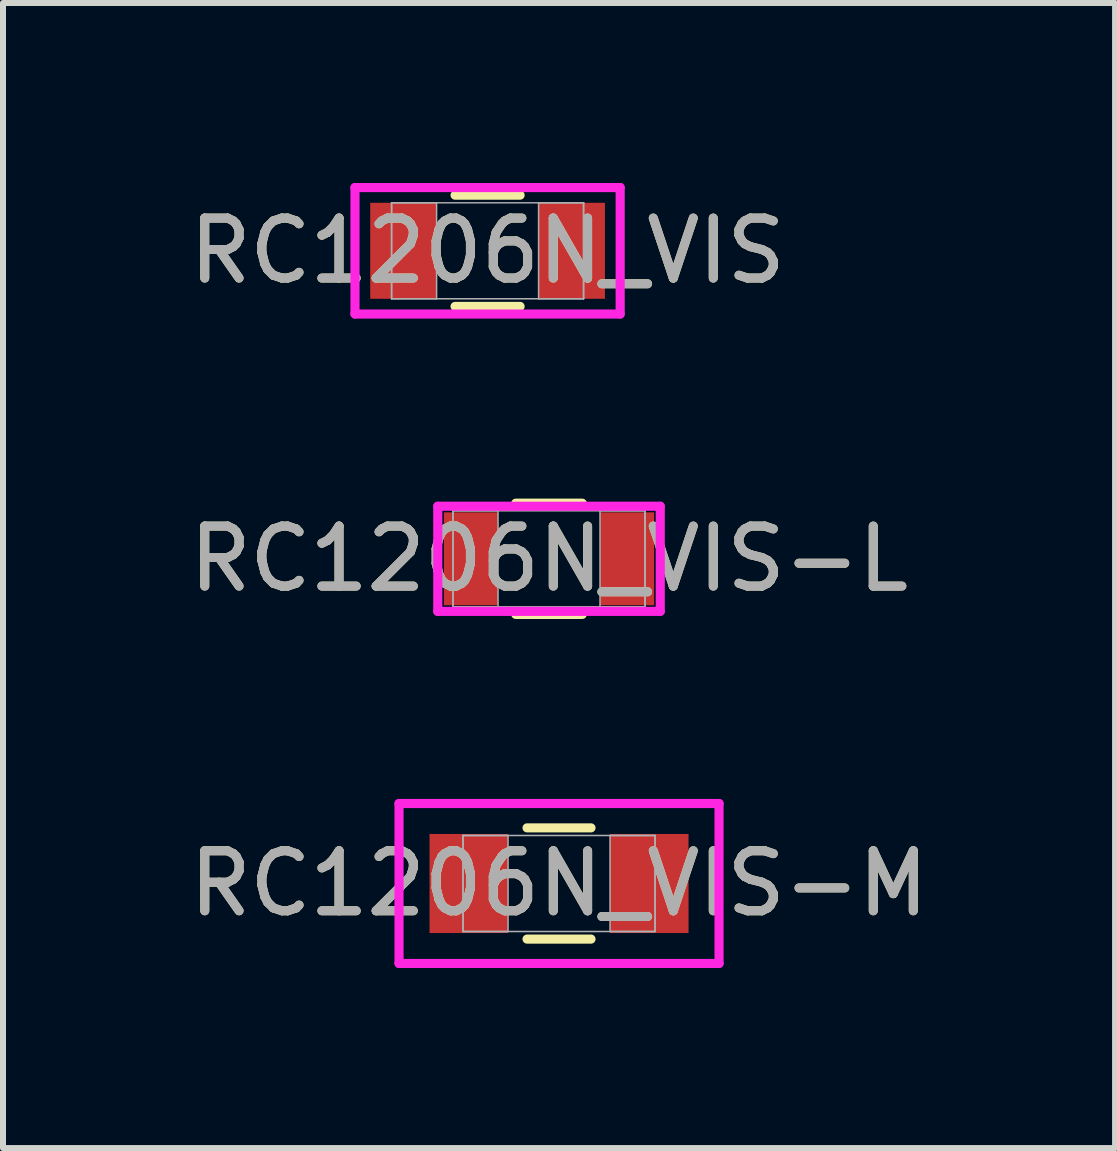
<source format=kicad_pcb>
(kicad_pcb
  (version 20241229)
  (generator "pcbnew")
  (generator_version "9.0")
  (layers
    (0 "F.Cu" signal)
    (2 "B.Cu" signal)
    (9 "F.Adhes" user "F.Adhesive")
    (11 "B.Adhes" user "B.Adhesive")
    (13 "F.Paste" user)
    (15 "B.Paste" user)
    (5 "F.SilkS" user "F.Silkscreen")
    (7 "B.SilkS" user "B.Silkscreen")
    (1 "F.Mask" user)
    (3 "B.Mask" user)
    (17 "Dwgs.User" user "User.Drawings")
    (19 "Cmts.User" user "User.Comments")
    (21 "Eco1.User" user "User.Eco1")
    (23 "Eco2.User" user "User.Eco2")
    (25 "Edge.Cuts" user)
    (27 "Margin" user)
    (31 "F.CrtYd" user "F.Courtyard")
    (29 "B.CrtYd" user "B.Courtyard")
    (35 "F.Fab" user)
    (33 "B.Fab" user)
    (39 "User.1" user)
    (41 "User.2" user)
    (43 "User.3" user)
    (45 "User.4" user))
  (footprint "RC1206N_VIS-L"
    (layer "F.Cu")
    (at 6.101 6.264)
    (property "Reference" "RC1206N_VIS-L" (at 0 0 0) (unlocked yes) (layer "F.SilkS") (effects (font (size 1 1) (thickness 0.15))))
    (attr smd)
    (fp_line (start -0.554 0.927) (end 0.554 0.927) (stroke (width 0.152) (type solid)) (layer "F.SilkS"))
    (fp_line (start 0.554 -0.927) (end -0.554 -0.927) (stroke (width 0.152) (type solid)) (layer "F.SilkS"))
    (fp_line (start -1.854 -0.876) (end 1.854 -0.876) (stroke (width 0.152) (type solid)) (layer "F.CrtYd"))
    (fp_line (start -1.854 0.876) (end -1.854 -0.876) (stroke (width 0.152) (type solid)) (layer "F.CrtYd"))
    (fp_line (start 1.854 -0.876) (end 1.854 0.876) (stroke (width 0.152) (type solid)) (layer "F.CrtYd"))
    (fp_line (start 1.854 0.876) (end -1.854 0.876) (stroke (width 0.152) (type solid)) (layer "F.CrtYd"))
    (fp_line (start -1.6 -0.8) (end -1.6 0.8) (stroke (width 0.025) (type solid)) (layer "F.Fab"))
    (fp_line (start -1.6 -0.8) (end -1.6 0.8) (stroke (width 0.025) (type solid)) (layer "F.Fab"))
    (fp_line (start -1.6 0.8) (end -0.85 0.8) (stroke (width 0.025) (type solid)) (layer "F.Fab"))
    (fp_line (start -1.6 0.8) (end 1.6 0.8) (stroke (width 0.025) (type solid)) (layer "F.Fab"))
    (fp_line (start -0.85 -0.8) (end -1.6 -0.8) (stroke (width 0.025) (type solid)) (layer "F.Fab"))
    (fp_line (start -0.85 0.8) (end -0.85 -0.8) (stroke (width 0.025) (type solid)) (layer "F.Fab"))
    (fp_line (start 0.85 -0.8) (end 0.85 0.8) (stroke (width 0.025) (type solid)) (layer "F.Fab"))
    (fp_line (start 0.85 0.8) (end 1.6 0.8) (stroke (width 0.025) (type solid)) (layer "F.Fab"))
    (fp_line (start 1.6 -0.8) (end -1.6 -0.8) (stroke (width 0.025) (type solid)) (layer "F.Fab"))
    (fp_line (start 1.6 -0.8) (end 0.85 -0.8) (stroke (width 0.025) (type solid)) (layer "F.Fab"))
    (fp_line (start 1.6 0.8) (end 1.6 -0.8) (stroke (width 0.025) (type solid)) (layer "F.Fab"))
    (fp_line (start 1.6 0.8) (end 1.6 -0.8) (stroke (width 0.025) (type solid)) (layer "F.Fab"))
    (fp_text user "${REFERENCE}" (at 0 0 0) (unlocked yes) (layer "F.Fab") (effects (font (size 1 1) (thickness 0.15))))
    (pad "1" smd rect (at -1.301 0) (size 0.902 1.549) (layers "F.Cu" "F.Mask" "F.Paste"))
    (pad "2" smd rect (at 1.301 0) (size 0.902 1.549) (layers "F.Cu" "F.Mask" "F.Paste"))
    (zone (net_name "") (layer "F.Cu") (hatch full 0.508) (connect_pads) (min_thickness 0.254) (filled_areas_thickness no) (keepout (tracks not_allowed) (vias not_allowed) (pads allowed) (copperpour not_allowed) (footprints allowed)) (placement (enabled no)) (fill) (polygon (pts (xy 5.302 5.514) (xy 6.9 5.514) (xy 6.9 7.013) (xy 5.302 7.013)))))
  (footprint "RC1206N_VIS-M"
    (layer "F.Cu")
    (at 6.268 11.676)
    (property "Reference" "RC1206N_VIS-M" (at 0 0 0) (unlocked yes) (layer "F.SilkS") (effects (font (size 1 1) (thickness 0.15))))
    (attr smd)
    (fp_line (start -0.533 0.927) (end 0.533 0.927) (stroke (width 0.152) (type solid)) (layer "F.SilkS"))
    (fp_line (start 0.533 -0.927) (end -0.533 -0.927) (stroke (width 0.152) (type solid)) (layer "F.SilkS"))
    (fp_line (start -2.667 -1.333) (end 2.667 -1.333) (stroke (width 0.152) (type solid)) (layer "F.CrtYd"))
    (fp_line (start -2.667 1.333) (end -2.667 -1.333) (stroke (width 0.152) (type solid)) (layer "F.CrtYd"))
    (fp_line (start 2.667 -1.333) (end 2.667 1.333) (stroke (width 0.152) (type solid)) (layer "F.CrtYd"))
    (fp_line (start 2.667 1.333) (end -2.667 1.333) (stroke (width 0.152) (type solid)) (layer "F.CrtYd"))
    (fp_line (start -1.6 -0.8) (end -1.6 0.8) (stroke (width 0.025) (type solid)) (layer "F.Fab"))
    (fp_line (start -1.6 -0.8) (end -1.6 0.8) (stroke (width 0.025) (type solid)) (layer "F.Fab"))
    (fp_line (start -1.6 0.8) (end -0.85 0.8) (stroke (width 0.025) (type solid)) (layer "F.Fab"))
    (fp_line (start -1.6 0.8) (end 1.6 0.8) (stroke (width 0.025) (type solid)) (layer "F.Fab"))
    (fp_line (start -0.85 -0.8) (end -1.6 -0.8) (stroke (width 0.025) (type solid)) (layer "F.Fab"))
    (fp_line (start -0.85 0.8) (end -0.85 -0.8) (stroke (width 0.025) (type solid)) (layer "F.Fab"))
    (fp_line (start 0.85 -0.8) (end 0.85 0.8) (stroke (width 0.025) (type solid)) (layer "F.Fab"))
    (fp_line (start 0.85 0.8) (end 1.6 0.8) (stroke (width 0.025) (type solid)) (layer "F.Fab"))
    (fp_line (start 1.6 -0.8) (end -1.6 -0.8) (stroke (width 0.025) (type solid)) (layer "F.Fab"))
    (fp_line (start 1.6 -0.8) (end 0.85 -0.8) (stroke (width 0.025) (type solid)) (layer "F.Fab"))
    (fp_line (start 1.6 0.8) (end 1.6 -0.8) (stroke (width 0.025) (type solid)) (layer "F.Fab"))
    (fp_line (start 1.6 0.8) (end 1.6 -0.8) (stroke (width 0.025) (type solid)) (layer "F.Fab"))
    (fp_text user "${REFERENCE}" (at 0 0 0) (unlocked yes) (layer "F.Fab") (effects (font (size 1 1) (thickness 0.15))))
    (pad "1" smd rect (at -1.504 0) (size 1.309 1.651) (layers "F.Cu" "F.Mask" "F.Paste"))
    (pad "2" smd rect (at 1.504 0) (size 1.309 1.651) (layers "F.Cu" "F.Mask" "F.Paste"))
    (zone (net_name "") (layer "F.Cu") (hatch full 0.508) (connect_pads) (min_thickness 0.254) (filled_areas_thickness no) (keepout (tracks not_allowed) (vias not_allowed) (pads allowed) (copperpour not_allowed) (footprints allowed)) (placement (enabled no)) (fill) (polygon (pts (xy 5.469 10.927) (xy 7.067 10.927) (xy 7.067 12.426) (xy 5.469 12.426)))))
  (footprint "RC1206N_VIS"
    (layer "F.Cu")
    (at 5.077 1.13)
    (property "Reference" "RC1206N_VIS" (at 0 0 0) (unlocked yes) (layer "F.SilkS") (effects (font (size 1 1) (thickness 0.15))))
    (attr smd)
    (fp_line (start -0.542 0.927) (end 0.542 0.927) (stroke (width 0.152) (type solid)) (layer "F.SilkS"))
    (fp_line (start 0.542 -0.927) (end -0.542 -0.927) (stroke (width 0.152) (type solid)) (layer "F.SilkS"))
    (fp_line (start -2.21 -1.054) (end 2.21 -1.054) (stroke (width 0.152) (type solid)) (layer "F.CrtYd"))
    (fp_line (start -2.21 1.054) (end -2.21 -1.054) (stroke (width 0.152) (type solid)) (layer "F.CrtYd"))
    (fp_line (start 2.21 -1.054) (end 2.21 1.054) (stroke (width 0.152) (type solid)) (layer "F.CrtYd"))
    (fp_line (start 2.21 1.054) (end -2.21 1.054) (stroke (width 0.152) (type solid)) (layer "F.CrtYd"))
    (fp_line (start -1.6 -0.8) (end -1.6 0.8) (stroke (width 0.025) (type solid)) (layer "F.Fab"))
    (fp_line (start -1.6 -0.8) (end -1.6 0.8) (stroke (width 0.025) (type solid)) (layer "F.Fab"))
    (fp_line (start -1.6 0.8) (end -0.85 0.8) (stroke (width 0.025) (type solid)) (layer "F.Fab"))
    (fp_line (start -1.6 0.8) (end 1.6 0.8) (stroke (width 0.025) (type solid)) (layer "F.Fab"))
    (fp_line (start -0.85 -0.8) (end -1.6 -0.8) (stroke (width 0.025) (type solid)) (layer "F.Fab"))
    (fp_line (start -0.85 0.8) (end -0.85 -0.8) (stroke (width 0.025) (type solid)) (layer "F.Fab"))
    (fp_line (start 0.85 -0.8) (end 0.85 0.8) (stroke (width 0.025) (type solid)) (layer "F.Fab"))
    (fp_line (start 0.85 0.8) (end 1.6 0.8) (stroke (width 0.025) (type solid)) (layer "F.Fab"))
    (fp_line (start 1.6 -0.8) (end -1.6 -0.8) (stroke (width 0.025) (type solid)) (layer "F.Fab"))
    (fp_line (start 1.6 -0.8) (end 0.85 -0.8) (stroke (width 0.025) (type solid)) (layer "F.Fab"))
    (fp_line (start 1.6 0.8) (end 1.6 -0.8) (stroke (width 0.025) (type solid)) (layer "F.Fab"))
    (fp_line (start 1.6 0.8) (end 1.6 -0.8) (stroke (width 0.025) (type solid)) (layer "F.Fab"))
    (fp_text user "${REFERENCE}" (at 0 0 0) (unlocked yes) (layer "F.Fab") (effects (font (size 1 1) (thickness 0.15))))
    (pad "1" smd rect (at -1.403 0) (size 1.106 1.6) (layers "F.Cu" "F.Mask" "F.Paste"))
    (pad "2" smd rect (at 1.403 0) (size 1.106 1.6) (layers "F.Cu" "F.Mask" "F.Paste"))
    (zone (net_name "") (layer "F.Cu") (hatch full 0.508) (connect_pads) (min_thickness 0.254) (filled_areas_thickness no) (keepout (tracks not_allowed) (vias not_allowed) (pads allowed) (copperpour not_allowed) (footprints allowed)) (placement (enabled no)) (fill) (polygon (pts (xy 4.278 0.381) (xy 5.877 0.381) (xy 5.877 1.879) (xy 4.278 1.879)))))
  (gr_rect
    (start -3 -3)
    (end 15.536 16.086)
    (stroke (width 0.1) (type default))
    (fill no)
    (layer "Edge.Cuts")))
</source>
